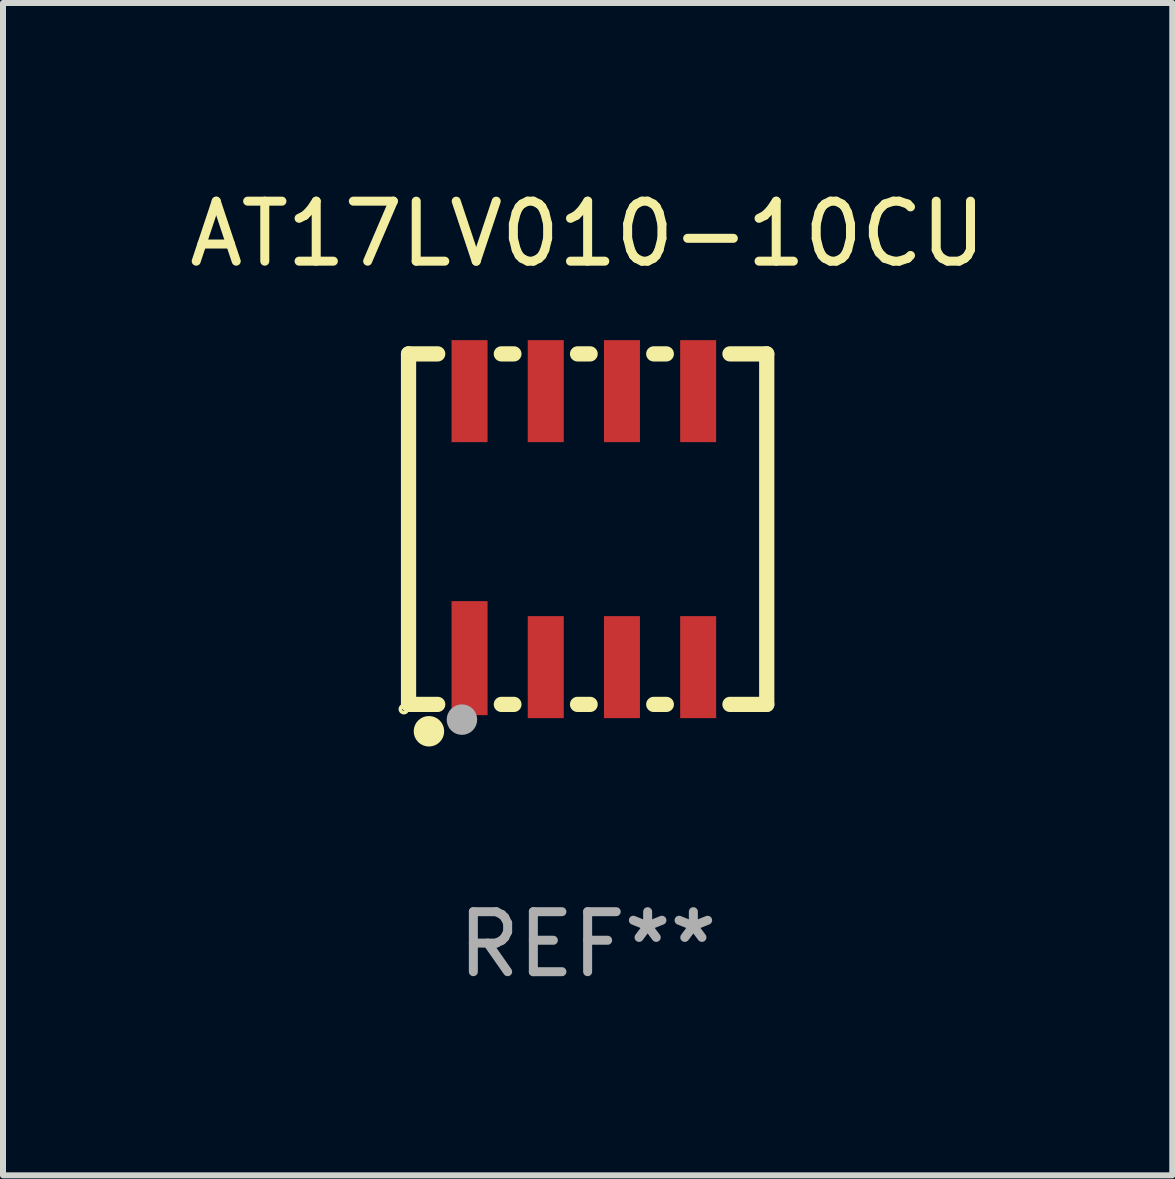
<source format=kicad_pcb>
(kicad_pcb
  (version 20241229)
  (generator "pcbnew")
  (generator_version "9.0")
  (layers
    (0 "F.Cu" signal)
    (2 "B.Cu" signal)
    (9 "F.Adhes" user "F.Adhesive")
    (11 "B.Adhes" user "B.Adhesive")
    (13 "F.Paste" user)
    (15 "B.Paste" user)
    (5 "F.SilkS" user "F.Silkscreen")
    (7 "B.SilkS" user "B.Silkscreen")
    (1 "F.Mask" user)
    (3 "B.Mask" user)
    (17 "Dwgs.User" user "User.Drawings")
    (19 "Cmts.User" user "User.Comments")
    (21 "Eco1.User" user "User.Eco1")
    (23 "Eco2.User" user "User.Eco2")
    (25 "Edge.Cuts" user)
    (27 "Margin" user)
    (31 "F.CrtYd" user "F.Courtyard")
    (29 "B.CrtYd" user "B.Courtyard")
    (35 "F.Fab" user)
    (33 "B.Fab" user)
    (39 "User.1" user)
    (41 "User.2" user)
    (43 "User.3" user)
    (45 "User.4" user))
  (footprint "AT17LV010-10CU"
    (layer "F.Cu")
    (at 6.744 5.769)
    (property "Reference" "AT17LV010-10CU" (at 0 -4.921 0) (layer "F.SilkS") (effects (font (size 1 1) (thickness 0.15))))
    (attr through_hole)
    (fp_line (start -2.985 -2.921) (end -2.985 2.921) (stroke (width 0.254) (type solid)) (layer "F.SilkS"))
    (fp_line (start -2.985 2.921) (end -2.499 2.921) (stroke (width 0.254) (type solid)) (layer "F.SilkS"))
    (fp_line (start -2.499 -2.921) (end -2.985 -2.921) (stroke (width 0.254) (type solid)) (layer "F.SilkS"))
    (fp_line (start -1.438 2.921) (end -1.229 2.921) (stroke (width 0.254) (type solid)) (layer "F.SilkS"))
    (fp_line (start -1.229 -2.921) (end -1.438 -2.921) (stroke (width 0.254) (type solid)) (layer "F.SilkS"))
    (fp_line (start -0.168 2.921) (end 0.041 2.921) (stroke (width 0.254) (type solid)) (layer "F.SilkS"))
    (fp_line (start 0.041 -2.921) (end -0.168 -2.921) (stroke (width 0.254) (type solid)) (layer "F.SilkS"))
    (fp_line (start 1.102 2.921) (end 1.311 2.921) (stroke (width 0.254) (type solid)) (layer "F.SilkS"))
    (fp_line (start 1.311 -2.921) (end 1.102 -2.921) (stroke (width 0.254) (type solid)) (layer "F.SilkS"))
    (fp_line (start 2.372 2.921) (end 2.985 2.921) (stroke (width 0.254) (type solid)) (layer "F.SilkS"))
    (fp_line (start 2.985 -2.921) (end 2.372 -2.921) (stroke (width 0.254) (type solid)) (layer "F.SilkS"))
    (fp_line (start 2.985 2.921) (end 2.985 -2.921) (stroke (width 0.254) (type solid)) (layer "F.SilkS"))
    (fp_circle (center -3.063 3) (end -3.034 3) (stroke (width 0.06) (type solid)) (fill no) (layer "F.SilkS"))
    (fp_circle (center -2.645 3.369) (end -2.518 3.369) (stroke (width 0.254) (type solid)) (fill no) (layer "F.SilkS"))
    (fp_circle (center -2.095 3.175) (end -1.968 3.175) (stroke (width 0.254) (type solid)) (fill no) (layer "F.Fab"))
    (fp_text user "REF**" (at 0 6.921 0) (layer "F.Fab") (effects (font (size 1 1) (thickness 0.15))))
    (pad "1" smd rect (at -1.968 2.15 90) (size 1.9 0.6) (layers "F.Cu" "F.Mask" "F.Paste"))
    (pad "2" smd rect (at -0.698 2.3 90) (size 1.7 0.6) (layers "F.Cu" "F.Mask" "F.Paste"))
    (pad "3" smd rect (at 0.572 2.3 90) (size 1.7 0.6) (layers "F.Cu" "F.Mask" "F.Paste"))
    (pad "4" smd rect (at 1.842 2.3 90) (size 1.7 0.6) (layers "F.Cu" "F.Mask" "F.Paste"))
    (pad "5" smd rect (at 1.842 -2.3 90) (size 1.7 0.6) (layers "F.Cu" "F.Mask" "F.Paste"))
    (pad "6" smd rect (at 0.572 -2.3 90) (size 1.7 0.6) (layers "F.Cu" "F.Mask" "F.Paste"))
    (pad "7" smd rect (at -0.698 -2.3 90) (size 1.7 0.6) (layers "F.Cu" "F.Mask" "F.Paste"))
    (pad "8" smd rect (at -1.968 -2.3 90) (size 1.7 0.6) (layers "F.Cu" "F.Mask" "F.Paste")))
  (gr_rect
    (start -3 -3)
    (end 16.488 16.539)
    (stroke (width 0.1) (type default))
    (fill no)
    (layer "Edge.Cuts")))
</source>
